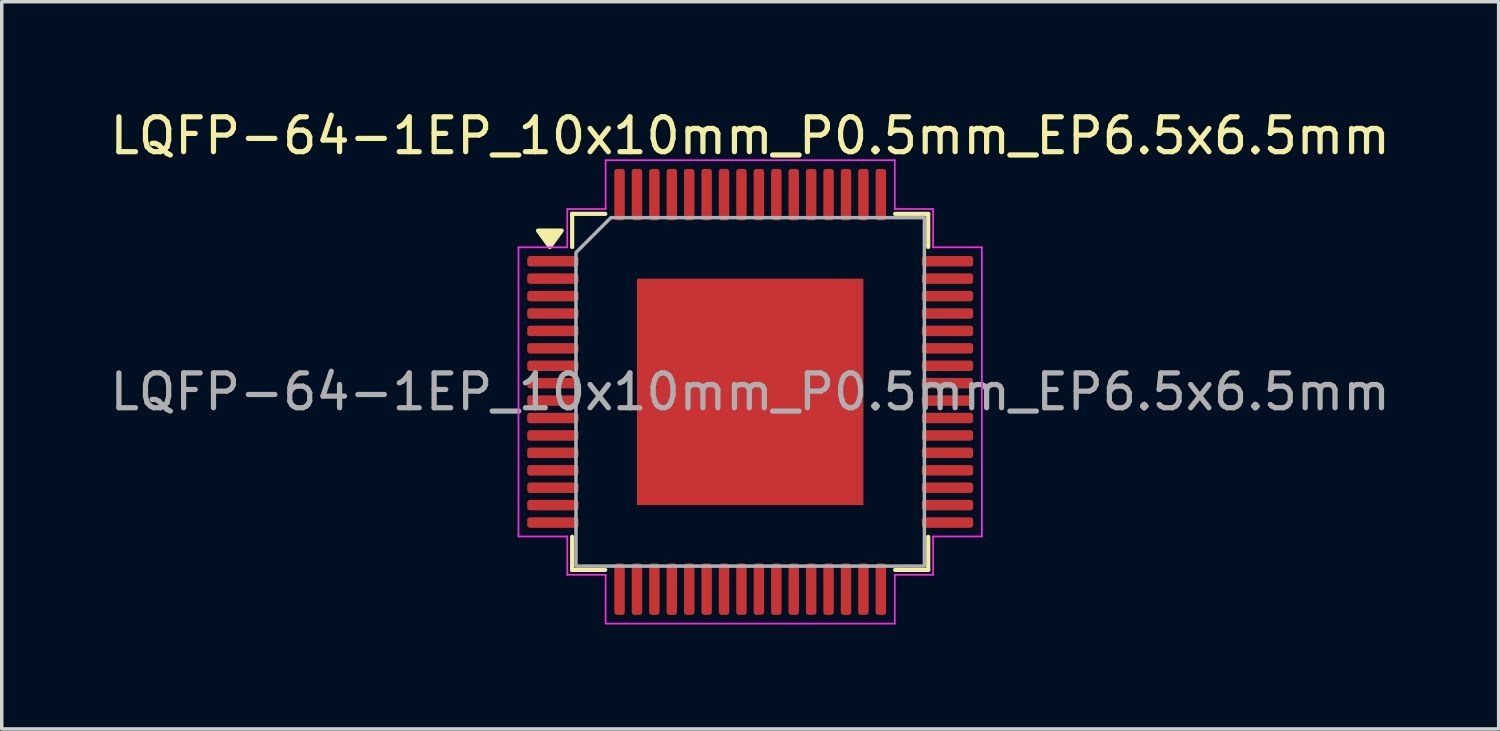
<source format=kicad_pcb>
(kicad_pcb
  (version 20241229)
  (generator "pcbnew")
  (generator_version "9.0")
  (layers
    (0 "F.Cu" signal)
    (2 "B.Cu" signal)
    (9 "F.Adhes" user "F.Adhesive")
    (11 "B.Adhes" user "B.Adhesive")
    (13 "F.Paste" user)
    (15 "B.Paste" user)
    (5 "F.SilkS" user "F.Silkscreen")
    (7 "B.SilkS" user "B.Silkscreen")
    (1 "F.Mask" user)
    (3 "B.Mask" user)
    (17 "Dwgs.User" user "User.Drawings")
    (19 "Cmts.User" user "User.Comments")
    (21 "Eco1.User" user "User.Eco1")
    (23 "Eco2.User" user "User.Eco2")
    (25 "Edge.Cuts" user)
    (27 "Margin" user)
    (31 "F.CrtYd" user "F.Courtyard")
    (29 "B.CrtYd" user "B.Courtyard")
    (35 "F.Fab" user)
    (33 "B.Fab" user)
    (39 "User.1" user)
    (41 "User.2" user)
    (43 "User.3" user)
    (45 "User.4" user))
  (footprint "LQFP-64-1EP_10x10mm_P0.5mm_EP6.5x6.5mm"
    (layer "F.Cu")
    (at 18.482 8.198)
    (property "Reference" "LQFP-64-1EP_10x10mm_P0.5mm_EP6.5x6.5mm" (at 0 -7.35 0) (layer "F.SilkS") (effects (font (size 1 1) (thickness 0.15))))
    (attr smd)
    (fp_line (start -5.11 -5.11) (end -4.16 -5.11) (stroke (width 0.12) (type solid)) (layer "F.SilkS"))
    (fp_line (start -5.11 -4.16) (end -5.11 -5.11) (stroke (width 0.12) (type solid)) (layer "F.SilkS"))
    (fp_line (start -5.11 5.11) (end -5.11 4.16) (stroke (width 0.12) (type solid)) (layer "F.SilkS"))
    (fp_line (start -4.16 5.11) (end -5.11 5.11) (stroke (width 0.12) (type solid)) (layer "F.SilkS"))
    (fp_line (start 4.16 -5.11) (end 5.11 -5.11) (stroke (width 0.12) (type solid)) (layer "F.SilkS"))
    (fp_line (start 5.11 -5.11) (end 5.11 -4.16) (stroke (width 0.12) (type solid)) (layer "F.SilkS"))
    (fp_line (start 5.11 4.16) (end 5.11 5.11) (stroke (width 0.12) (type solid)) (layer "F.SilkS"))
    (fp_line (start 5.11 5.11) (end 4.16 5.11) (stroke (width 0.12) (type solid)) (layer "F.SilkS"))
    (fp_poly (pts (xy -5.75 -4.16) (xy -6.09 -4.63) (xy -5.41 -4.63)) (stroke (width 0.12) (type solid)) (fill yes) (layer "F.SilkS"))
    (fp_line (start -6.65 -4.15) (end -5.25 -4.15) (stroke (width 0.05) (type solid)) (layer "F.CrtYd"))
    (fp_line (start -6.65 4.15) (end -6.65 -4.15) (stroke (width 0.05) (type solid)) (layer "F.CrtYd"))
    (fp_line (start -5.25 -5.25) (end -4.15 -5.25) (stroke (width 0.05) (type solid)) (layer "F.CrtYd"))
    (fp_line (start -5.25 -4.15) (end -5.25 -5.25) (stroke (width 0.05) (type solid)) (layer "F.CrtYd"))
    (fp_line (start -5.25 4.15) (end -6.65 4.15) (stroke (width 0.05) (type solid)) (layer "F.CrtYd"))
    (fp_line (start -5.25 5.25) (end -5.25 4.15) (stroke (width 0.05) (type solid)) (layer "F.CrtYd"))
    (fp_line (start -4.15 -6.65) (end 4.15 -6.65) (stroke (width 0.05) (type solid)) (layer "F.CrtYd"))
    (fp_line (start -4.15 -5.25) (end -4.15 -6.65) (stroke (width 0.05) (type solid)) (layer "F.CrtYd"))
    (fp_line (start -4.15 5.25) (end -5.25 5.25) (stroke (width 0.05) (type solid)) (layer "F.CrtYd"))
    (fp_line (start -4.15 6.65) (end -4.15 5.25) (stroke (width 0.05) (type solid)) (layer "F.CrtYd"))
    (fp_line (start 4.15 -6.65) (end 4.15 -5.25) (stroke (width 0.05) (type solid)) (layer "F.CrtYd"))
    (fp_line (start 4.15 -5.25) (end 5.25 -5.25) (stroke (width 0.05) (type solid)) (layer "F.CrtYd"))
    (fp_line (start 4.15 5.25) (end 4.15 6.65) (stroke (width 0.05) (type solid)) (layer "F.CrtYd"))
    (fp_line (start 4.15 6.65) (end -4.15 6.65) (stroke (width 0.05) (type solid)) (layer "F.CrtYd"))
    (fp_line (start 5.25 -5.25) (end 5.25 -4.15) (stroke (width 0.05) (type solid)) (layer "F.CrtYd"))
    (fp_line (start 5.25 -4.15) (end 6.65 -4.15) (stroke (width 0.05) (type solid)) (layer "F.CrtYd"))
    (fp_line (start 5.25 4.15) (end 5.25 5.25) (stroke (width 0.05) (type solid)) (layer "F.CrtYd"))
    (fp_line (start 5.25 5.25) (end 4.15 5.25) (stroke (width 0.05) (type solid)) (layer "F.CrtYd"))
    (fp_line (start 6.65 -4.15) (end 6.65 4.15) (stroke (width 0.05) (type solid)) (layer "F.CrtYd"))
    (fp_line (start 6.65 4.15) (end 5.25 4.15) (stroke (width 0.05) (type solid)) (layer "F.CrtYd"))
    (fp_poly (pts (xy -5 -4) (xy -5 5) (xy 5 5) (xy 5 -5) (xy -4 -5)) (stroke (width 0.1) (type solid)) (fill no) (layer "F.Fab"))
    (fp_text user "${REFERENCE}" (at 0 0 0) (layer "F.Fab") (effects (font (size 1 1) (thickness 0.15))))
    (pad "" smd roundrect (at -2.6 -2.6) (size 1.05 1.05) (layers "F.Paste") (roundrect_rratio 0.238))
    (pad "" smd roundrect (at -2.6 -1.3) (size 1.05 1.05) (layers "F.Paste") (roundrect_rratio 0.238))
    (pad "" smd roundrect (at -2.6 0) (size 1.05 1.05) (layers "F.Paste") (roundrect_rratio 0.238))
    (pad "" smd roundrect (at -2.6 1.3) (size 1.05 1.05) (layers "F.Paste") (roundrect_rratio 0.238))
    (pad "" smd roundrect (at -2.6 2.6) (size 1.05 1.05) (layers "F.Paste") (roundrect_rratio 0.238))
    (pad "" smd roundrect (at -1.3 -2.6) (size 1.05 1.05) (layers "F.Paste") (roundrect_rratio 0.238))
    (pad "" smd roundrect (at -1.3 -1.3) (size 1.05 1.05) (layers "F.Paste") (roundrect_rratio 0.238))
    (pad "" smd roundrect (at -1.3 0) (size 1.05 1.05) (layers "F.Paste") (roundrect_rratio 0.238))
    (pad "" smd roundrect (at -1.3 1.3) (size 1.05 1.05) (layers "F.Paste") (roundrect_rratio 0.238))
    (pad "" smd roundrect (at -1.3 2.6) (size 1.05 1.05) (layers "F.Paste") (roundrect_rratio 0.238))
    (pad "" smd roundrect (at 0 -2.6) (size 1.05 1.05) (layers "F.Paste") (roundrect_rratio 0.238))
    (pad "" smd roundrect (at 0 -1.3) (size 1.05 1.05) (layers "F.Paste") (roundrect_rratio 0.238))
    (pad "" smd roundrect (at 0 0) (size 1.05 1.05) (layers "F.Paste") (roundrect_rratio 0.238))
    (pad "" smd roundrect (at 0 1.3) (size 1.05 1.05) (layers "F.Paste") (roundrect_rratio 0.238))
    (pad "" smd roundrect (at 0 2.6) (size 1.05 1.05) (layers "F.Paste") (roundrect_rratio 0.238))
    (pad "" smd roundrect (at 1.3 -2.6) (size 1.05 1.05) (layers "F.Paste") (roundrect_rratio 0.238))
    (pad "" smd roundrect (at 1.3 -1.3) (size 1.05 1.05) (layers "F.Paste") (roundrect_rratio 0.238))
    (pad "" smd roundrect (at 1.3 0) (size 1.05 1.05) (layers "F.Paste") (roundrect_rratio 0.238))
    (pad "" smd roundrect (at 1.3 1.3) (size 1.05 1.05) (layers "F.Paste") (roundrect_rratio 0.238))
    (pad "" smd roundrect (at 1.3 2.6) (size 1.05 1.05) (layers "F.Paste") (roundrect_rratio 0.238))
    (pad "" smd roundrect (at 2.6 -2.6) (size 1.05 1.05) (layers "F.Paste") (roundrect_rratio 0.238))
    (pad "" smd roundrect (at 2.6 -1.3) (size 1.05 1.05) (layers "F.Paste") (roundrect_rratio 0.238))
    (pad "" smd roundrect (at 2.6 0) (size 1.05 1.05) (layers "F.Paste") (roundrect_rratio 0.238))
    (pad "" smd roundrect (at 2.6 1.3) (size 1.05 1.05) (layers "F.Paste") (roundrect_rratio 0.238))
    (pad "" smd roundrect (at 2.6 2.6) (size 1.05 1.05) (layers "F.Paste") (roundrect_rratio 0.238))
    (pad "1" smd roundrect (at -5.662 -3.75) (size 1.475 0.3) (layers "F.Cu" "F.Mask" "F.Paste") (roundrect_rratio 0.25))
    (pad "2" smd roundrect (at -5.662 -3.25) (size 1.475 0.3) (layers "F.Cu" "F.Mask" "F.Paste") (roundrect_rratio 0.25))
    (pad "3" smd roundrect (at -5.662 -2.75) (size 1.475 0.3) (layers "F.Cu" "F.Mask" "F.Paste") (roundrect_rratio 0.25))
    (pad "4" smd roundrect (at -5.662 -2.25) (size 1.475 0.3) (layers "F.Cu" "F.Mask" "F.Paste") (roundrect_rratio 0.25))
    (pad "5" smd roundrect (at -5.662 -1.75) (size 1.475 0.3) (layers "F.Cu" "F.Mask" "F.Paste") (roundrect_rratio 0.25))
    (pad "6" smd roundrect (at -5.662 -1.25) (size 1.475 0.3) (layers "F.Cu" "F.Mask" "F.Paste") (roundrect_rratio 0.25))
    (pad "7" smd roundrect (at -5.662 -0.75) (size 1.475 0.3) (layers "F.Cu" "F.Mask" "F.Paste") (roundrect_rratio 0.25))
    (pad "8" smd roundrect (at -5.662 -0.25) (size 1.475 0.3) (layers "F.Cu" "F.Mask" "F.Paste") (roundrect_rratio 0.25))
    (pad "9" smd roundrect (at -5.662 0.25) (size 1.475 0.3) (layers "F.Cu" "F.Mask" "F.Paste") (roundrect_rratio 0.25))
    (pad "10" smd roundrect (at -5.662 0.75) (size 1.475 0.3) (layers "F.Cu" "F.Mask" "F.Paste") (roundrect_rratio 0.25))
    (pad "11" smd roundrect (at -5.662 1.25) (size 1.475 0.3) (layers "F.Cu" "F.Mask" "F.Paste") (roundrect_rratio 0.25))
    (pad "12" smd roundrect (at -5.662 1.75) (size 1.475 0.3) (layers "F.Cu" "F.Mask" "F.Paste") (roundrect_rratio 0.25))
    (pad "13" smd roundrect (at -5.662 2.25) (size 1.475 0.3) (layers "F.Cu" "F.Mask" "F.Paste") (roundrect_rratio 0.25))
    (pad "14" smd roundrect (at -5.662 2.75) (size 1.475 0.3) (layers "F.Cu" "F.Mask" "F.Paste") (roundrect_rratio 0.25))
    (pad "15" smd roundrect (at -5.662 3.25) (size 1.475 0.3) (layers "F.Cu" "F.Mask" "F.Paste") (roundrect_rratio 0.25))
    (pad "16" smd roundrect (at -5.662 3.75) (size 1.475 0.3) (layers "F.Cu" "F.Mask" "F.Paste") (roundrect_rratio 0.25))
    (pad "17" smd roundrect (at -3.75 5.662) (size 0.3 1.475) (layers "F.Cu" "F.Mask" "F.Paste") (roundrect_rratio 0.25))
    (pad "18" smd roundrect (at -3.25 5.662) (size 0.3 1.475) (layers "F.Cu" "F.Mask" "F.Paste") (roundrect_rratio 0.25))
    (pad "19" smd roundrect (at -2.75 5.662) (size 0.3 1.475) (layers "F.Cu" "F.Mask" "F.Paste") (roundrect_rratio 0.25))
    (pad "20" smd roundrect (at -2.25 5.662) (size 0.3 1.475) (layers "F.Cu" "F.Mask" "F.Paste") (roundrect_rratio 0.25))
    (pad "21" smd roundrect (at -1.75 5.662) (size 0.3 1.475) (layers "F.Cu" "F.Mask" "F.Paste") (roundrect_rratio 0.25))
    (pad "22" smd roundrect (at -1.25 5.662) (size 0.3 1.475) (layers "F.Cu" "F.Mask" "F.Paste") (roundrect_rratio 0.25))
    (pad "23" smd roundrect (at -0.75 5.662) (size 0.3 1.475) (layers "F.Cu" "F.Mask" "F.Paste") (roundrect_rratio 0.25))
    (pad "24" smd roundrect (at -0.25 5.662) (size 0.3 1.475) (layers "F.Cu" "F.Mask" "F.Paste") (roundrect_rratio 0.25))
    (pad "25" smd roundrect (at 0.25 5.662) (size 0.3 1.475) (layers "F.Cu" "F.Mask" "F.Paste") (roundrect_rratio 0.25))
    (pad "26" smd roundrect (at 0.75 5.662) (size 0.3 1.475) (layers "F.Cu" "F.Mask" "F.Paste") (roundrect_rratio 0.25))
    (pad "27" smd roundrect (at 1.25 5.662) (size 0.3 1.475) (layers "F.Cu" "F.Mask" "F.Paste") (roundrect_rratio 0.25))
    (pad "28" smd roundrect (at 1.75 5.662) (size 0.3 1.475) (layers "F.Cu" "F.Mask" "F.Paste") (roundrect_rratio 0.25))
    (pad "29" smd roundrect (at 2.25 5.662) (size 0.3 1.475) (layers "F.Cu" "F.Mask" "F.Paste") (roundrect_rratio 0.25))
    (pad "30" smd roundrect (at 2.75 5.662) (size 0.3 1.475) (layers "F.Cu" "F.Mask" "F.Paste") (roundrect_rratio 0.25))
    (pad "31" smd roundrect (at 3.25 5.662) (size 0.3 1.475) (layers "F.Cu" "F.Mask" "F.Paste") (roundrect_rratio 0.25))
    (pad "32" smd roundrect (at 3.75 5.662) (size 0.3 1.475) (layers "F.Cu" "F.Mask" "F.Paste") (roundrect_rratio 0.25))
    (pad "33" smd roundrect (at 5.662 3.75) (size 1.475 0.3) (layers "F.Cu" "F.Mask" "F.Paste") (roundrect_rratio 0.25))
    (pad "34" smd roundrect (at 5.662 3.25) (size 1.475 0.3) (layers "F.Cu" "F.Mask" "F.Paste") (roundrect_rratio 0.25))
    (pad "35" smd roundrect (at 5.662 2.75) (size 1.475 0.3) (layers "F.Cu" "F.Mask" "F.Paste") (roundrect_rratio 0.25))
    (pad "36" smd roundrect (at 5.662 2.25) (size 1.475 0.3) (layers "F.Cu" "F.Mask" "F.Paste") (roundrect_rratio 0.25))
    (pad "37" smd roundrect (at 5.662 1.75) (size 1.475 0.3) (layers "F.Cu" "F.Mask" "F.Paste") (roundrect_rratio 0.25))
    (pad "38" smd roundrect (at 5.662 1.25) (size 1.475 0.3) (layers "F.Cu" "F.Mask" "F.Paste") (roundrect_rratio 0.25))
    (pad "39" smd roundrect (at 5.662 0.75) (size 1.475 0.3) (layers "F.Cu" "F.Mask" "F.Paste") (roundrect_rratio 0.25))
    (pad "40" smd roundrect (at 5.662 0.25) (size 1.475 0.3) (layers "F.Cu" "F.Mask" "F.Paste") (roundrect_rratio 0.25))
    (pad "41" smd roundrect (at 5.662 -0.25) (size 1.475 0.3) (layers "F.Cu" "F.Mask" "F.Paste") (roundrect_rratio 0.25))
    (pad "42" smd roundrect (at 5.662 -0.75) (size 1.475 0.3) (layers "F.Cu" "F.Mask" "F.Paste") (roundrect_rratio 0.25))
    (pad "43" smd roundrect (at 5.662 -1.25) (size 1.475 0.3) (layers "F.Cu" "F.Mask" "F.Paste") (roundrect_rratio 0.25))
    (pad "44" smd roundrect (at 5.662 -1.75) (size 1.475 0.3) (layers "F.Cu" "F.Mask" "F.Paste") (roundrect_rratio 0.25))
    (pad "45" smd roundrect (at 5.662 -2.25) (size 1.475 0.3) (layers "F.Cu" "F.Mask" "F.Paste") (roundrect_rratio 0.25))
    (pad "46" smd roundrect (at 5.662 -2.75) (size 1.475 0.3) (layers "F.Cu" "F.Mask" "F.Paste") (roundrect_rratio 0.25))
    (pad "47" smd roundrect (at 5.662 -3.25) (size 1.475 0.3) (layers "F.Cu" "F.Mask" "F.Paste") (roundrect_rratio 0.25))
    (pad "48" smd roundrect (at 5.662 -3.75) (size 1.475 0.3) (layers "F.Cu" "F.Mask" "F.Paste") (roundrect_rratio 0.25))
    (pad "49" smd roundrect (at 3.75 -5.662) (size 0.3 1.475) (layers "F.Cu" "F.Mask" "F.Paste") (roundrect_rratio 0.25))
    (pad "50" smd roundrect (at 3.25 -5.662) (size 0.3 1.475) (layers "F.Cu" "F.Mask" "F.Paste") (roundrect_rratio 0.25))
    (pad "51" smd roundrect (at 2.75 -5.662) (size 0.3 1.475) (layers "F.Cu" "F.Mask" "F.Paste") (roundrect_rratio 0.25))
    (pad "52" smd roundrect (at 2.25 -5.662) (size 0.3 1.475) (layers "F.Cu" "F.Mask" "F.Paste") (roundrect_rratio 0.25))
    (pad "53" smd roundrect (at 1.75 -5.662) (size 0.3 1.475) (layers "F.Cu" "F.Mask" "F.Paste") (roundrect_rratio 0.25))
    (pad "54" smd roundrect (at 1.25 -5.662) (size 0.3 1.475) (layers "F.Cu" "F.Mask" "F.Paste") (roundrect_rratio 0.25))
    (pad "55" smd roundrect (at 0.75 -5.662) (size 0.3 1.475) (layers "F.Cu" "F.Mask" "F.Paste") (roundrect_rratio 0.25))
    (pad "56" smd roundrect (at 0.25 -5.662) (size 0.3 1.475) (layers "F.Cu" "F.Mask" "F.Paste") (roundrect_rratio 0.25))
    (pad "57" smd roundrect (at -0.25 -5.662) (size 0.3 1.475) (layers "F.Cu" "F.Mask" "F.Paste") (roundrect_rratio 0.25))
    (pad "58" smd roundrect (at -0.75 -5.662) (size 0.3 1.475) (layers "F.Cu" "F.Mask" "F.Paste") (roundrect_rratio 0.25))
    (pad "59" smd roundrect (at -1.25 -5.662) (size 0.3 1.475) (layers "F.Cu" "F.Mask" "F.Paste") (roundrect_rratio 0.25))
    (pad "60" smd roundrect (at -1.75 -5.662) (size 0.3 1.475) (layers "F.Cu" "F.Mask" "F.Paste") (roundrect_rratio 0.25))
    (pad "61" smd roundrect (at -2.25 -5.662) (size 0.3 1.475) (layers "F.Cu" "F.Mask" "F.Paste") (roundrect_rratio 0.25))
    (pad "62" smd roundrect (at -2.75 -5.662) (size 0.3 1.475) (layers "F.Cu" "F.Mask" "F.Paste") (roundrect_rratio 0.25))
    (pad "63" smd roundrect (at -3.25 -5.662) (size 0.3 1.475) (layers "F.Cu" "F.Mask" "F.Paste") (roundrect_rratio 0.25))
    (pad "64" smd roundrect (at -3.75 -5.662) (size 0.3 1.475) (layers "F.Cu" "F.Mask" "F.Paste") (roundrect_rratio 0.25))
    (pad "65" smd rect (at 0 0) (size 6.5 6.5) (property pad_prop_heatsink) (layers "F.Cu" "F.Mask")))
  (gr_rect
    (start -3 -3)
    (end 39.964 17.873)
    (stroke (width 0.1) (type default))
    (fill no)
    (layer "Edge.Cuts")))
</source>
